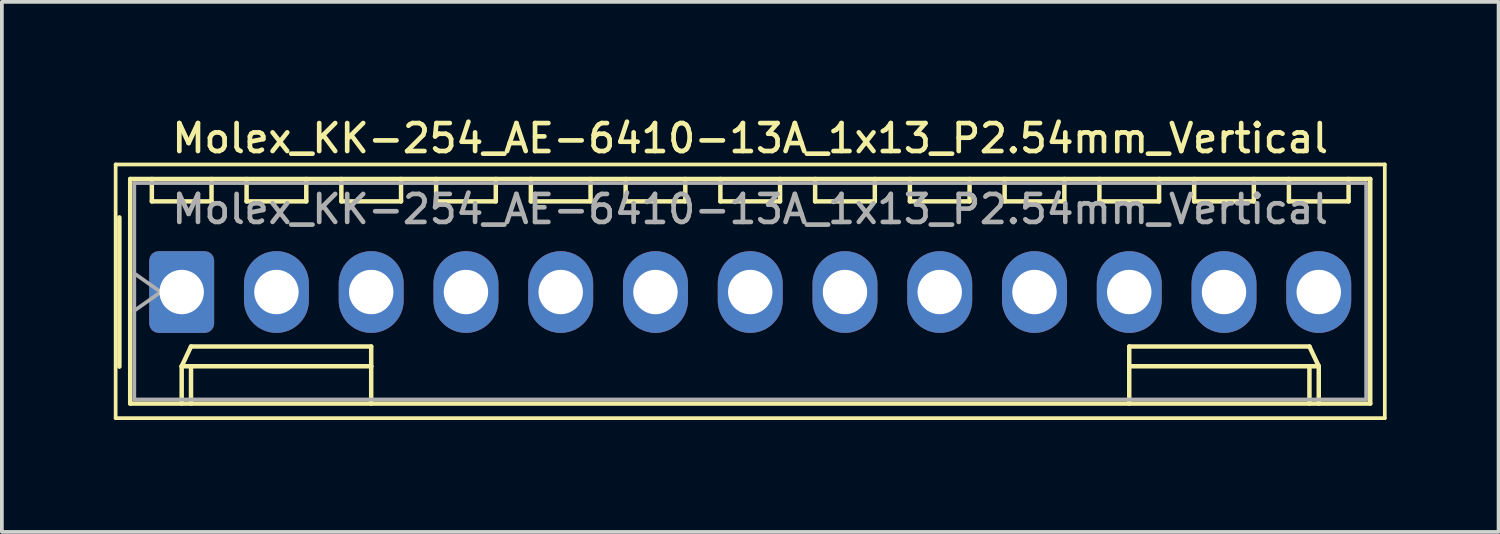
<source format=kicad_pcb>
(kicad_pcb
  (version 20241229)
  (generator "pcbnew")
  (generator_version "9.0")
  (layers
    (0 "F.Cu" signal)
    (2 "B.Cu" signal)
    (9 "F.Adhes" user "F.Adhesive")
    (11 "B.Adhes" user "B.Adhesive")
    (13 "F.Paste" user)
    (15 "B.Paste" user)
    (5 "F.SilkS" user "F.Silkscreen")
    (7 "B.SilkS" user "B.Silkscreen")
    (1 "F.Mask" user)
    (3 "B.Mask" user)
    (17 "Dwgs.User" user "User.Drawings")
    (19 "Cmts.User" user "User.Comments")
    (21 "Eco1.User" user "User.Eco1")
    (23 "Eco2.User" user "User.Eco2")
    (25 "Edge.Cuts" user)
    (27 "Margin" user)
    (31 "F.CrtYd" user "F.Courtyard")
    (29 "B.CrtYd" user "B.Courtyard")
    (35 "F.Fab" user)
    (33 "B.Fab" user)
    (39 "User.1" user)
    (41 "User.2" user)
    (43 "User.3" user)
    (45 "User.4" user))
  (footprint "Molex_KK-254_AE-6410-13A_1x13_P2.54mm_Vertical"
    (layer "F.Cu")
    (at 1.82 4.778)
    (property "Reference" "Molex_KK-254_AE-6410-13A_1x13_P2.54mm_Vertical" (at 15.24 -4.12 0) (layer "F.SilkS") (effects (font (size 0.75 0.75) (thickness 0.125))))
    (attr through_hole)
    (fp_line (start -1.77 -3.42) (end -1.77 3.38) (stroke (width 0.1) (type solid)) (layer "F.SilkS"))
    (fp_line (start -1.77 3.38) (end 32.25 3.38) (stroke (width 0.1) (type solid)) (layer "F.SilkS"))
    (fp_line (start -1.67 -2) (end -1.67 2) (stroke (width 0.12) (type solid)) (layer "F.SilkS"))
    (fp_line (start -1.38 -3.03) (end -1.38 2.99) (stroke (width 0.12) (type solid)) (layer "F.SilkS"))
    (fp_line (start -1.38 2.99) (end 31.86 2.99) (stroke (width 0.12) (type solid)) (layer "F.SilkS"))
    (fp_line (start -0.8 -3.03) (end -0.8 -2.43) (stroke (width 0.12) (type solid)) (layer "F.SilkS"))
    (fp_line (start -0.8 -2.43) (end 0.8 -2.43) (stroke (width 0.12) (type solid)) (layer "F.SilkS"))
    (fp_line (start 0 1.99) (end 0.25 1.46) (stroke (width 0.12) (type solid)) (layer "F.SilkS"))
    (fp_line (start 0 1.99) (end 5.08 1.99) (stroke (width 0.12) (type solid)) (layer "F.SilkS"))
    (fp_line (start 0 2.99) (end 0 1.99) (stroke (width 0.12) (type solid)) (layer "F.SilkS"))
    (fp_line (start 0.25 1.46) (end 5.08 1.46) (stroke (width 0.12) (type solid)) (layer "F.SilkS"))
    (fp_line (start 0.25 2.99) (end 0.25 1.99) (stroke (width 0.12) (type solid)) (layer "F.SilkS"))
    (fp_line (start 0.8 -2.43) (end 0.8 -3.03) (stroke (width 0.12) (type solid)) (layer "F.SilkS"))
    (fp_line (start 1.74 -3.03) (end 1.74 -2.43) (stroke (width 0.12) (type solid)) (layer "F.SilkS"))
    (fp_line (start 1.74 -2.43) (end 3.34 -2.43) (stroke (width 0.12) (type solid)) (layer "F.SilkS"))
    (fp_line (start 3.34 -2.43) (end 3.34 -3.03) (stroke (width 0.12) (type solid)) (layer "F.SilkS"))
    (fp_line (start 4.28 -3.03) (end 4.28 -2.43) (stroke (width 0.12) (type solid)) (layer "F.SilkS"))
    (fp_line (start 4.28 -2.43) (end 5.88 -2.43) (stroke (width 0.12) (type solid)) (layer "F.SilkS"))
    (fp_line (start 5.08 1.46) (end 5.08 1.99) (stroke (width 0.12) (type solid)) (layer "F.SilkS"))
    (fp_line (start 5.08 1.99) (end 5.08 2.99) (stroke (width 0.12) (type solid)) (layer "F.SilkS"))
    (fp_line (start 5.88 -2.43) (end 5.88 -3.03) (stroke (width 0.12) (type solid)) (layer "F.SilkS"))
    (fp_line (start 6.82 -3.03) (end 6.82 -2.43) (stroke (width 0.12) (type solid)) (layer "F.SilkS"))
    (fp_line (start 6.82 -2.43) (end 8.42 -2.43) (stroke (width 0.12) (type solid)) (layer "F.SilkS"))
    (fp_line (start 8.42 -2.43) (end 8.42 -3.03) (stroke (width 0.12) (type solid)) (layer "F.SilkS"))
    (fp_line (start 9.36 -3.03) (end 9.36 -2.43) (stroke (width 0.12) (type solid)) (layer "F.SilkS"))
    (fp_line (start 9.36 -2.43) (end 10.96 -2.43) (stroke (width 0.12) (type solid)) (layer "F.SilkS"))
    (fp_line (start 10.96 -2.43) (end 10.96 -3.03) (stroke (width 0.12) (type solid)) (layer "F.SilkS"))
    (fp_line (start 11.9 -3.03) (end 11.9 -2.43) (stroke (width 0.12) (type solid)) (layer "F.SilkS"))
    (fp_line (start 11.9 -2.43) (end 13.5 -2.43) (stroke (width 0.12) (type solid)) (layer "F.SilkS"))
    (fp_line (start 13.5 -2.43) (end 13.5 -3.03) (stroke (width 0.12) (type solid)) (layer "F.SilkS"))
    (fp_line (start 14.44 -3.03) (end 14.44 -2.43) (stroke (width 0.12) (type solid)) (layer "F.SilkS"))
    (fp_line (start 14.44 -2.43) (end 16.04 -2.43) (stroke (width 0.12) (type solid)) (layer "F.SilkS"))
    (fp_line (start 16.04 -2.43) (end 16.04 -3.03) (stroke (width 0.12) (type solid)) (layer "F.SilkS"))
    (fp_line (start 16.98 -3.03) (end 16.98 -2.43) (stroke (width 0.12) (type solid)) (layer "F.SilkS"))
    (fp_line (start 16.98 -2.43) (end 18.58 -2.43) (stroke (width 0.12) (type solid)) (layer "F.SilkS"))
    (fp_line (start 18.58 -2.43) (end 18.58 -3.03) (stroke (width 0.12) (type solid)) (layer "F.SilkS"))
    (fp_line (start 19.52 -3.03) (end 19.52 -2.43) (stroke (width 0.12) (type solid)) (layer "F.SilkS"))
    (fp_line (start 19.52 -2.43) (end 21.12 -2.43) (stroke (width 0.12) (type solid)) (layer "F.SilkS"))
    (fp_line (start 21.12 -2.43) (end 21.12 -3.03) (stroke (width 0.12) (type solid)) (layer "F.SilkS"))
    (fp_line (start 22.06 -3.03) (end 22.06 -2.43) (stroke (width 0.12) (type solid)) (layer "F.SilkS"))
    (fp_line (start 22.06 -2.43) (end 23.66 -2.43) (stroke (width 0.12) (type solid)) (layer "F.SilkS"))
    (fp_line (start 23.66 -2.43) (end 23.66 -3.03) (stroke (width 0.12) (type solid)) (layer "F.SilkS"))
    (fp_line (start 24.6 -3.03) (end 24.6 -2.43) (stroke (width 0.12) (type solid)) (layer "F.SilkS"))
    (fp_line (start 24.6 -2.43) (end 26.2 -2.43) (stroke (width 0.12) (type solid)) (layer "F.SilkS"))
    (fp_line (start 25.4 1.46) (end 25.4 1.99) (stroke (width 0.12) (type solid)) (layer "F.SilkS"))
    (fp_line (start 25.4 1.99) (end 25.4 2.99) (stroke (width 0.12) (type solid)) (layer "F.SilkS"))
    (fp_line (start 26.2 -2.43) (end 26.2 -3.03) (stroke (width 0.12) (type solid)) (layer "F.SilkS"))
    (fp_line (start 27.14 -3.03) (end 27.14 -2.43) (stroke (width 0.12) (type solid)) (layer "F.SilkS"))
    (fp_line (start 27.14 -2.43) (end 28.74 -2.43) (stroke (width 0.12) (type solid)) (layer "F.SilkS"))
    (fp_line (start 28.74 -2.43) (end 28.74 -3.03) (stroke (width 0.12) (type solid)) (layer "F.SilkS"))
    (fp_line (start 29.68 -3.03) (end 29.68 -2.43) (stroke (width 0.12) (type solid)) (layer "F.SilkS"))
    (fp_line (start 29.68 -2.43) (end 31.28 -2.43) (stroke (width 0.12) (type solid)) (layer "F.SilkS"))
    (fp_line (start 30.23 1.46) (end 25.4 1.46) (stroke (width 0.12) (type solid)) (layer "F.SilkS"))
    (fp_line (start 30.23 2.99) (end 30.23 1.99) (stroke (width 0.12) (type solid)) (layer "F.SilkS"))
    (fp_line (start 30.48 1.99) (end 25.4 1.99) (stroke (width 0.12) (type solid)) (layer "F.SilkS"))
    (fp_line (start 30.48 1.99) (end 30.23 1.46) (stroke (width 0.12) (type solid)) (layer "F.SilkS"))
    (fp_line (start 30.48 2.99) (end 30.48 1.99) (stroke (width 0.12) (type solid)) (layer "F.SilkS"))
    (fp_line (start 31.28 -2.43) (end 31.28 -3.03) (stroke (width 0.12) (type solid)) (layer "F.SilkS"))
    (fp_line (start 31.86 -3.03) (end -1.38 -3.03) (stroke (width 0.12) (type solid)) (layer "F.SilkS"))
    (fp_line (start 31.86 2.99) (end 31.86 -3.03) (stroke (width 0.12) (type solid)) (layer "F.SilkS"))
    (fp_line (start 32.25 -3.42) (end -1.77 -3.42) (stroke (width 0.1) (type solid)) (layer "F.SilkS"))
    (fp_line (start 32.25 3.38) (end 32.25 -3.42) (stroke (width 0.1) (type solid)) (layer "F.SilkS"))
    (fp_line (start -1.27 -2.92) (end -1.27 2.88) (stroke (width 0.1) (type solid)) (layer "F.Fab"))
    (fp_line (start -1.27 -0.5) (end -0.563 0) (stroke (width 0.1) (type solid)) (layer "F.Fab"))
    (fp_line (start -1.27 2.88) (end 31.75 2.88) (stroke (width 0.1) (type solid)) (layer "F.Fab"))
    (fp_line (start -0.563 0) (end -1.27 0.5) (stroke (width 0.1) (type solid)) (layer "F.Fab"))
    (fp_line (start 31.75 -2.92) (end -1.27 -2.92) (stroke (width 0.1) (type solid)) (layer "F.Fab"))
    (fp_line (start 31.75 2.88) (end 31.75 -2.92) (stroke (width 0.1) (type solid)) (layer "F.Fab"))
    (fp_text user "${REFERENCE}" (at 15.24 -2.22 0) (layer "F.Fab") (effects (font (size 0.75 0.75) (thickness 0.125))))
    (pad "1" thru_hole roundrect (at 0 0) (size 1.74 2.19) (drill 1.19) (layers "*.Cu" "*.Mask") (roundrect_rratio 0.144))
    (pad "2" thru_hole oval (at 2.54 0) (size 1.74 2.19) (drill 1.19) (layers "*.Cu" "*.Mask"))
    (pad "3" thru_hole oval (at 5.08 0) (size 1.74 2.19) (drill 1.19) (layers "*.Cu" "*.Mask"))
    (pad "4" thru_hole oval (at 7.62 0) (size 1.74 2.19) (drill 1.19) (layers "*.Cu" "*.Mask"))
    (pad "5" thru_hole oval (at 10.16 0) (size 1.74 2.19) (drill 1.19) (layers "*.Cu" "*.Mask"))
    (pad "6" thru_hole oval (at 12.7 0) (size 1.74 2.19) (drill 1.19) (layers "*.Cu" "*.Mask"))
    (pad "7" thru_hole oval (at 15.24 0) (size 1.74 2.19) (drill 1.19) (layers "*.Cu" "*.Mask"))
    (pad "8" thru_hole oval (at 17.78 0) (size 1.74 2.19) (drill 1.19) (layers "*.Cu" "*.Mask"))
    (pad "9" thru_hole oval (at 20.32 0) (size 1.74 2.19) (drill 1.19) (layers "*.Cu" "*.Mask"))
    (pad "10" thru_hole oval (at 22.86 0) (size 1.74 2.19) (drill 1.19) (layers "*.Cu" "*.Mask"))
    (pad "11" thru_hole oval (at 25.4 0) (size 1.74 2.19) (drill 1.19) (layers "*.Cu" "*.Mask"))
    (pad "12" thru_hole oval (at 27.94 0) (size 1.74 2.19) (drill 1.19) (layers "*.Cu" "*.Mask"))
    (pad "13" thru_hole oval (at 30.48 0) (size 1.74 2.19) (drill 1.19) (layers "*.Cu" "*.Mask")))
  (gr_rect
    (start -3 -3)
    (end 37.12 11.208)
    (stroke (width 0.1) (type default))
    (fill no)
    (layer "Edge.Cuts")))
</source>
